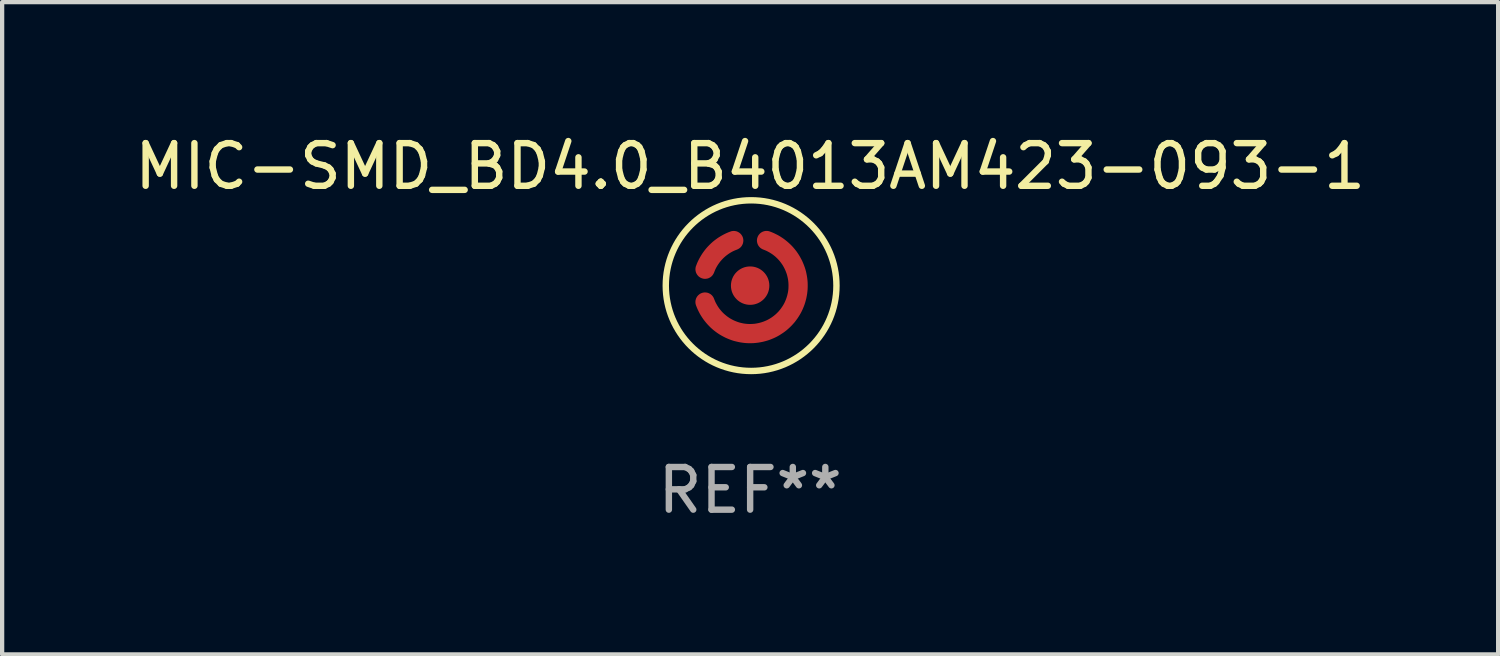
<source format=kicad_pcb>
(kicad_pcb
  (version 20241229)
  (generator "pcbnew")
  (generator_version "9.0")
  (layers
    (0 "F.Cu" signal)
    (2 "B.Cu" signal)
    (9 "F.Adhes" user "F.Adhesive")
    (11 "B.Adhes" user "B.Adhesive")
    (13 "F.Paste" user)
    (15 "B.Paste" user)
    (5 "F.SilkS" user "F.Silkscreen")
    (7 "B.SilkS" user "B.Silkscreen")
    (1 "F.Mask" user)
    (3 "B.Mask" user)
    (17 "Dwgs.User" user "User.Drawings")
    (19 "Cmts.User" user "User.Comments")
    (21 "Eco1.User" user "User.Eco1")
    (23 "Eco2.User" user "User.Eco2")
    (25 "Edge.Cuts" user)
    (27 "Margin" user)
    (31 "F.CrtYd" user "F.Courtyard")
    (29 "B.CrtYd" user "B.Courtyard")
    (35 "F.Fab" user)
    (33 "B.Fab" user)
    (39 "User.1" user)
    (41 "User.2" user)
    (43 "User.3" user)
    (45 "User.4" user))
  (footprint "MIC-SMD_BD4.0_B4013AM423-093-1"
    (layer "F.Cu")
    (at 14.53 3.644)
    (property "Reference" "MIC-SMD_BD4.0_B4013AM423-093-1" (at -0.000025 -2.795 0) (layer "F.SilkS") (effects (font (size 1 1) (thickness 0.15))))
    (attr through_hole)
    (fp_circle (center 0.023 0.000127) (end 2.023 0.000127) (stroke (width 0.15) (type solid)) (fill no) (layer "F.SilkS"))
    (fp_text user "REF**" (at -0.000025 4.795 0) (layer "F.Fab") (effects (font (size 1 1) (thickness 0.15))))
    (pad "1" smd circle (at 0.000102 0.000127) (size 0.9 0.9) (layers "F.Cu" "F.Mask" "F.Paste"))
    (pad "2" smd custom (at -0.795 -0.795) (size 0.1 0.1) (layers "F.Cu" "F.Mask" "F.Paste") (options (anchor circle)) (primitives (gr_poly (pts (xy 0.488 -0.05) (xy 0.447 -0.034) (xy 0.407 -0.017) (xy 0.368 0.003) (xy 0.33 0.025) (xy 0.294 0.048) (xy 0.258 0.074) (xy 0.224 0.1) (xy 0.191 0.129) (xy 0.159 0.159) (xy 0.129 0.191) (xy 0.1 0.224) (xy 0.074 0.258) (xy 0.048 0.294) (xy 0.025 0.33) (xy 0.003 0.368) (xy -0.017 0.407) (xy -0.034 0.447) (xy -0.05 0.488) (xy -0.059 0.507) (xy -0.069 0.526) (xy -0.081 0.544) (xy -0.094 0.561) (xy -0.109 0.576) (xy -0.125 0.59) (xy -0.143 0.602) (xy -0.162 0.612) (xy -0.181 0.621) (xy -0.202 0.628) (xy -0.223 0.632) (xy -0.244 0.635) (xy -0.265 0.636) (xy -0.287 0.634) (xy -0.308 0.631) (xy -0.329 0.625) (xy -0.349 0.618) (xy -0.368 0.609) (xy -0.386 0.598) (xy -0.404 0.585) (xy -0.42 0.571) (xy -0.434 0.555) (xy -0.447 0.538) (xy -0.458 0.52) (xy -0.468 0.501) (xy -0.476 0.481) (xy -0.481 0.46) (xy -0.485 0.439) (xy -0.487 0.418) (xy -0.486 0.396) (xy -0.484 0.375) (xy -0.48 0.354) (xy -0.473 0.334) (xy -0.454 0.284) (xy -0.433 0.235) (xy -0.409 0.186) (xy -0.384 0.139) (xy -0.357 0.093) (xy -0.329 0.048) (xy -0.298 0.004) (xy -0.266 -0.039) (xy -0.232 -0.081) (xy -0.196 -0.121) (xy -0.159 -0.159) (xy -0.121 -0.196) (xy -0.081 -0.232) (xy -0.039 -0.266) (xy 0.004 -0.298) (xy 0.048 -0.329) (xy 0.093 -0.357) (xy 0.139 -0.384) (xy 0.186 -0.409) (xy 0.235 -0.433) (xy 0.284 -0.454) (xy 0.334 -0.473) (xy 0.354 -0.48) (xy 0.375 -0.484) (xy 0.396 -0.486) (xy 0.418 -0.487) (xy 0.439 -0.485) (xy 0.46 -0.481) (xy 0.481 -0.476) (xy 0.501 -0.468) (xy 0.52 -0.458) (xy 0.538 -0.447) (xy 0.555 -0.434) (xy 0.571 -0.42) (xy 0.585 -0.404) (xy 0.598 -0.386) (xy 0.609 -0.368) (xy 0.618 -0.349) (xy 0.626 -0.329) (xy 0.631 -0.308) (xy 0.634 -0.287) (xy 0.636 -0.265) (xy 0.635 -0.244) (xy 0.632 -0.223) (xy 0.628 -0.202) (xy 0.621 -0.181) (xy 0.612 -0.162) (xy 0.602 -0.143) (xy 0.59 -0.125) (xy 0.576 -0.109) (xy 0.561 -0.094) (xy 0.544 -0.081) (xy 0.526 -0.069) (xy 0.507 -0.059) (xy 0.488 -0.05)) (width 0) (fill yes))))
    (pad "2" smd custom (at 0.795 0.795) (size 0.1 0.1) (layers "F.Cu" "F.Mask" "F.Paste") (options (anchor circle)) (primitives (gr_poly (pts (xy -1.641 -0.488) (xy -1.625 -0.448) (xy -1.608 -0.408) (xy -1.588 -0.37) (xy -1.567 -0.333) (xy -1.544 -0.296) (xy -1.52 -0.261) (xy -1.493 -0.227) (xy -1.465 -0.194) (xy -1.436 -0.163) (xy -1.405 -0.133) (xy -1.372 -0.105) (xy -1.339 -0.078) (xy -1.304 -0.053) (xy -1.268 -0.029) (xy -1.231 -0.008) (xy -1.193 0.012) (xy -1.154 0.03) (xy -1.114 0.046) (xy -1.073 0.061) (xy -1.032 0.073) (xy -0.99 0.083) (xy -0.948 0.092) (xy -0.905 0.098) (xy -0.863 0.102) (xy -0.82 0.104) (xy -0.777 0.104) (xy -0.734 0.102) (xy -0.691 0.099) (xy -0.648 0.092) (xy -0.606 0.084) (xy -0.564 0.074) (xy -0.523 0.062) (xy -0.482 0.048) (xy -0.442 0.032) (xy -0.403 0.015) (xy -0.365 -0.005) (xy -0.328 -0.026) (xy -0.291 -0.05) (xy -0.256 -0.075) (xy -0.223 -0.101) (xy -0.19 -0.129) (xy -0.159 -0.159) (xy -0.129 -0.19) (xy -0.101 -0.223) (xy -0.075 -0.256) (xy -0.05 -0.292) (xy -0.026 -0.328) (xy -0.005 -0.365) (xy 0.015 -0.403) (xy 0.032 -0.442) (xy 0.048 -0.482) (xy 0.062 -0.523) (xy 0.074 -0.564) (xy 0.084 -0.606) (xy 0.093 -0.648) (xy 0.099 -0.691) (xy 0.103 -0.734) (xy 0.104 -0.777) (xy 0.104 -0.82) (xy 0.102 -0.863) (xy 0.098 -0.905) (xy 0.092 -0.948) (xy 0.083 -0.99) (xy 0.073 -1.032) (xy 0.061 -1.073) (xy 0.046 -1.114) (xy 0.03 -1.154) (xy 0.012 -1.193) (xy -0.008 -1.231) (xy -0.029 -1.268) (xy -0.053 -1.304) (xy -0.078 -1.339) (xy -0.105 -1.372) (xy -0.133 -1.405) (xy -0.163 -1.436) (xy -0.194 -1.465) (xy -0.227 -1.493) (xy -0.261 -1.52) (xy -0.296 -1.544) (xy -0.332 -1.567) (xy -0.37 -1.588) (xy -0.408 -1.608) (xy -0.447 -1.625) (xy -0.488 -1.641) (xy -0.507 -1.649) (xy -0.526 -1.66) (xy -0.544 -1.671) (xy -0.561 -1.685) (xy -0.576 -1.7) (xy -0.59 -1.716) (xy -0.602 -1.734) (xy -0.612 -1.753) (xy -0.621 -1.772) (xy -0.627 -1.793) (xy -0.632 -1.813) (xy -0.635 -1.835) (xy -0.636 -1.856) (xy -0.634 -1.877) (xy -0.631 -1.899) (xy -0.625 -1.919) (xy -0.618 -1.939) (xy -0.609 -1.959) (xy -0.598 -1.977) (xy -0.585 -1.994) (xy -0.571 -2.01) (xy -0.555 -2.025) (xy -0.538 -2.038) (xy -0.52 -2.049) (xy -0.501 -2.059) (xy -0.481 -2.066) (xy -0.46 -2.072) (xy -0.439 -2.076) (xy -0.418 -2.077) (xy -0.396 -2.077) (xy -0.375 -2.075) (xy -0.354 -2.07) (xy -0.334 -2.064) (xy -0.285 -2.045) (xy -0.236 -2.024) (xy -0.189 -2.001) (xy -0.142 -1.977) (xy -0.097 -1.951) (xy -0.052 -1.922) (xy -0.009 -1.893) (xy 0.033 -1.861) (xy 0.074 -1.828) (xy 0.114 -1.793) (xy 0.152 -1.757) (xy 0.189 -1.72) (xy 0.224 -1.681) (xy 0.258 -1.64) (xy 0.29 -1.599) (xy 0.32 -1.556) (xy 0.349 -1.512) (xy 0.376 -1.466) (xy 0.401 -1.42) (xy 0.425 -1.373) (xy 0.446 -1.325) (xy 0.466 -1.276) (xy 0.484 -1.227) (xy 0.5 -1.177) (xy 0.514 -1.126) (xy 0.525 -1.075) (xy 0.535 -1.023) (xy 0.543 -0.971) (xy 0.549 -0.919) (xy 0.553 -0.866) (xy 0.554 -0.814) (xy 0.554 -0.761) (xy 0.552 -0.709) (xy 0.547 -0.656) (xy 0.541 -0.604) (xy 0.532 -0.552) (xy 0.522 -0.5) (xy 0.509 -0.449) (xy 0.495 -0.399) (xy 0.479 -0.349) (xy 0.46 -0.299) (xy 0.44 -0.251) (xy 0.418 -0.203) (xy 0.394 -0.156) (xy 0.368 -0.111) (xy 0.34 -0.066) (xy 0.311 -0.022) (xy 0.28 0.02) (xy 0.248 0.062) (xy 0.213 0.102) (xy 0.178 0.14) (xy 0.14 0.178) (xy 0.102 0.213) (xy 0.062 0.248) (xy 0.021 0.28) (xy -0.022 0.311) (xy -0.066 0.34) (xy -0.11 0.368) (xy -0.156 0.394) (xy -0.203 0.418) (xy -0.251 0.44) (xy -0.299 0.46) (xy -0.349 0.479) (xy -0.399 0.495) (xy -0.449 0.509) (xy -0.5 0.522) (xy -0.552 0.532) (xy -0.604 0.541) (xy -0.656 0.547) (xy -0.709 0.552) (xy -0.761 0.554) (xy -0.814 0.554) (xy -0.866 0.553) (xy -0.919 0.549) (xy -0.971 0.543) (xy -1.023 0.535) (xy -1.075 0.525) (xy -1.126 0.513) (xy -1.177 0.5) (xy -1.227 0.484) (xy -1.276 0.466) (xy -1.325 0.446) (xy -1.373 0.425) (xy -1.42 0.401) (xy -1.466 0.376) (xy -1.512 0.349) (xy -1.556 0.32) (xy -1.598 0.29) (xy -1.64 0.258) (xy -1.681 0.224) (xy -1.72 0.189) (xy -1.757 0.152) (xy -1.793 0.114) (xy -1.828 0.074) (xy -1.861 0.033) (xy -1.893 -0.009) (xy -1.922 -0.052) (xy -1.951 -0.097) (xy -1.977 -0.142) (xy -2.001 -0.189) (xy -2.024 -0.236) (xy -2.045 -0.285) (xy -2.064 -0.334) (xy -2.07 -0.354) (xy -2.075 -0.375) (xy -2.077 -0.396) (xy -2.077 -0.418) (xy -2.076 -0.439) (xy -2.072 -0.46) (xy -2.066 -0.481) (xy -2.059 -0.501) (xy -2.049 -0.52) (xy -2.038 -0.538) (xy -2.025 -0.555) (xy -2.01 -0.571) (xy -1.994 -0.585) (xy -1.977 -0.598) (xy -1.959 -0.609) (xy -1.939 -0.618) (xy -1.919 -0.625) (xy -1.899 -0.631) (xy -1.877 -0.634) (xy -1.856 -0.636) (xy -1.835 -0.635) (xy -1.813 -0.632) (xy -1.793 -0.628) (xy -1.772 -0.621) (xy -1.753 -0.612) (xy -1.734 -0.602) (xy -1.716 -0.59) (xy -1.7 -0.576) (xy -1.685 -0.561) (xy -1.671 -0.544) (xy -1.659 -0.526) (xy -1.649 -0.507) (xy -1.641 -0.488)) (width 0) (fill yes)))))
  (gr_rect
    (start -3 -3)
    (end 32.06 12.287)
    (stroke (width 0.1) (type default))
    (fill no)
    (layer "Edge.Cuts")))
</source>
